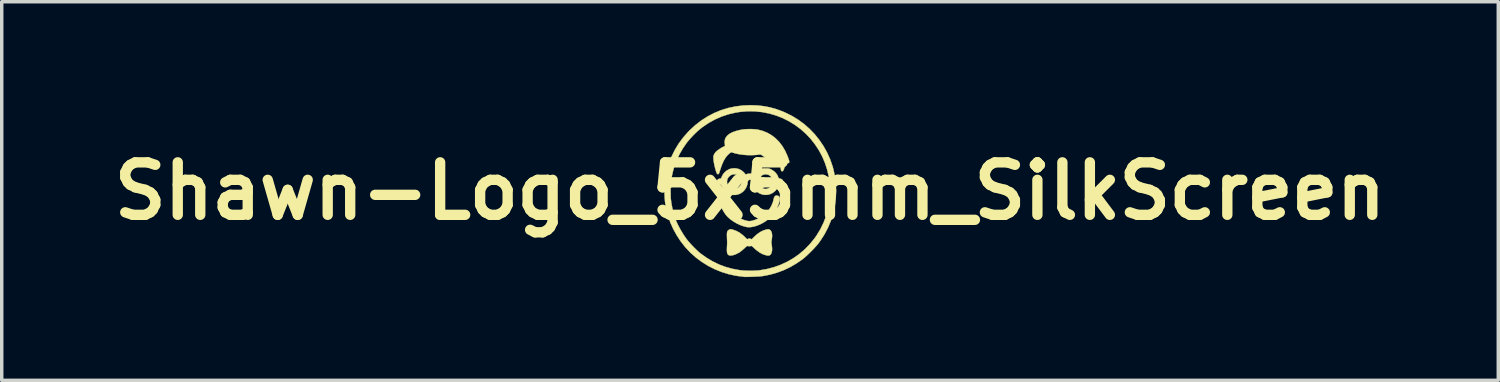
<source format=kicad_pcb>
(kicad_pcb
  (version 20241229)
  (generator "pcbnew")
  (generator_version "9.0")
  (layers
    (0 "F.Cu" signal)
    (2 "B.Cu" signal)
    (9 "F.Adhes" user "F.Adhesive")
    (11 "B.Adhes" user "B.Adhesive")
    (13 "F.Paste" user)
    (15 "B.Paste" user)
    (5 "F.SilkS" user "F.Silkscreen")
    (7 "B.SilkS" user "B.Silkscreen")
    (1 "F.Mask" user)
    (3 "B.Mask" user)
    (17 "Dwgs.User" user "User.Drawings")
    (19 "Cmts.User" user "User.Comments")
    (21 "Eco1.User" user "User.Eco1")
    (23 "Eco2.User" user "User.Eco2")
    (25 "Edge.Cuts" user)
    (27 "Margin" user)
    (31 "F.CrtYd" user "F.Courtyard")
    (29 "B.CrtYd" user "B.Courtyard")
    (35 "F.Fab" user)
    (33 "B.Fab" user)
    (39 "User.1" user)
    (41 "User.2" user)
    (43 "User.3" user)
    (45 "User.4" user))
  (footprint "Shawn-Logo_5x5mm_SilkScreen"
    (layer "F.Cu")
    (at 18.731 2.499)
    (property "Reference" "Shawn-Logo_5x5mm_SilkScreen" (at 0 0 0) (layer "F.SilkS") (effects (font (size 1.524 1.524) (thickness 0.3))))
    (attr through_hole)
    (fp_poly (pts (xy -0.784 0.131) (xy -0.762 0.146) (xy -0.745 0.173) (xy -0.73 0.216) (xy -0.723 0.245) (xy -0.693 0.348) (xy -0.648 0.449) (xy -0.591 0.542) (xy -0.529 0.619) (xy -0.468 0.674) (xy -0.394 0.728) (xy -0.312 0.778) (xy -0.229 0.819) (xy -0.181 0.838) (xy -0.112 0.859) (xy -0.052 0.871) (xy 0.005 0.872) (xy 0.064 0.862) (xy 0.13 0.842) (xy 0.175 0.825) (xy 0.289 0.769) (xy 0.392 0.701) (xy 0.483 0.62) (xy 0.559 0.53) (xy 0.62 0.43) (xy 0.664 0.323) (xy 0.686 0.237) (xy 0.698 0.191) (xy 0.714 0.158) (xy 0.719 0.151) (xy 0.749 0.132) (xy 0.783 0.128) (xy 0.817 0.137) (xy 0.846 0.159) (xy 0.863 0.191) (xy 0.865 0.196) (xy 0.866 0.235) (xy 0.858 0.287) (xy 0.841 0.348) (xy 0.817 0.415) (xy 0.787 0.485) (xy 0.752 0.554) (xy 0.714 0.62) (xy 0.702 0.637) (xy 0.641 0.714) (xy 0.568 0.787) (xy 0.485 0.853) (xy 0.395 0.913) (xy 0.3 0.963) (xy 0.204 1.003) (xy 0.109 1.032) (xy 0.019 1.047) (xy -0.065 1.048) (xy -0.096 1.044) (xy -0.19 1.021) (xy -0.289 0.985) (xy -0.388 0.938) (xy -0.483 0.882) (xy -0.571 0.819) (xy -0.646 0.753) (xy -0.701 0.692) (xy -0.76 0.606) (xy -0.812 0.515) (xy -0.854 0.421) (xy -0.885 0.331) (xy -0.898 0.271) (xy -0.903 0.233) (xy -0.904 0.207) (xy -0.899 0.187) (xy -0.894 0.176) (xy -0.869 0.144) (xy -0.836 0.129) (xy -0.813 0.127) (xy -0.784 0.131)) (stroke (width 0.01) (type solid)) (fill yes) (layer "F.SilkS"))
    (fp_poly (pts (xy 0.548 1.11) (xy 0.563 1.115) (xy 0.599 1.144) (xy 0.624 1.187) (xy 0.639 1.245) (xy 0.642 1.314) (xy 0.633 1.395) (xy 0.632 1.399) (xy 0.625 1.445) (xy 0.621 1.479) (xy 0.622 1.511) (xy 0.627 1.548) (xy 0.632 1.578) (xy 0.641 1.659) (xy 0.64 1.728) (xy 0.626 1.787) (xy 0.618 1.81) (xy 0.596 1.846) (xy 0.567 1.867) (xy 0.529 1.873) (xy 0.478 1.867) (xy 0.382 1.838) (xy 0.287 1.789) (xy 0.193 1.722) (xy 0.128 1.664) (xy 0.091 1.629) (xy 0.064 1.606) (xy 0.047 1.594) (xy 0.034 1.591) (xy 0.028 1.593) (xy 0.003 1.6) (xy -0.03 1.601) (xy -0.059 1.597) (xy -0.068 1.593) (xy -0.078 1.593) (xy -0.095 1.602) (xy -0.122 1.623) (xy -0.158 1.657) (xy -0.168 1.666) (xy -0.209 1.703) (xy -0.254 1.74) (xy -0.295 1.771) (xy -0.321 1.788) (xy -0.388 1.823) (xy -0.452 1.85) (xy -0.512 1.866) (xy -0.563 1.872) (xy -0.604 1.867) (xy -0.616 1.862) (xy -0.64 1.844) (xy -0.657 1.818) (xy -0.667 1.782) (xy -0.671 1.734) (xy -0.671 1.67) (xy -0.67 1.644) (xy -0.667 1.591) (xy -0.665 1.55) (xy -0.664 1.515) (xy -0.664 1.483) (xy -0.665 1.447) (xy -0.667 1.402) (xy -0.669 1.344) (xy -0.669 1.333) (xy -0.671 1.268) (xy -0.669 1.218) (xy -0.662 1.182) (xy -0.649 1.155) (xy -0.629 1.136) (xy -0.604 1.12) (xy -0.584 1.112) (xy -0.568 1.108) (xy -0.549 1.109) (xy -0.521 1.115) (xy -0.493 1.123) (xy -0.397 1.157) (xy -0.307 1.205) (xy -0.22 1.27) (xy -0.153 1.331) (xy -0.086 1.398) (xy -0.053 1.386) (xy -0.024 1.379) (xy 0.004 1.382) (xy 0.016 1.386) (xy 0.051 1.399) (xy 0.111 1.338) (xy 0.202 1.255) (xy 0.293 1.191) (xy 0.386 1.144) (xy 0.466 1.119) (xy 0.504 1.111) (xy 0.53 1.108) (xy 0.548 1.11)) (stroke (width 0.01) (type solid)) (fill yes) (layer "F.SilkS"))
    (fp_poly (pts (xy 0.098 -1.798) (xy 0.173 -1.792) (xy 0.229 -1.784) (xy 0.372 -1.746) (xy 0.505 -1.692) (xy 0.629 -1.62) (xy 0.742 -1.533) (xy 0.844 -1.43) (xy 0.936 -1.311) (xy 1.016 -1.177) (xy 1.084 -1.029) (xy 1.084 -1.028) (xy 1.11 -0.96) (xy 1.128 -0.908) (xy 1.138 -0.869) (xy 1.14 -0.842) (xy 1.133 -0.824) (xy 1.118 -0.815) (xy 1.094 -0.811) (xy 1.08 -0.811) (xy 1.039 -0.811) (xy 1.007 -0.706) (xy 0.988 -0.65) (xy 0.973 -0.611) (xy 0.958 -0.587) (xy 0.944 -0.575) (xy 0.928 -0.575) (xy 0.922 -0.577) (xy 0.91 -0.585) (xy 0.901 -0.603) (xy 0.895 -0.631) (xy 0.89 -0.674) (xy 0.887 -0.733) (xy 0.886 -0.749) (xy 0.884 -0.81) (xy 0.835 -0.821) (xy 0.737 -0.849) (xy 0.637 -0.884) (xy 0.541 -0.924) (xy 0.454 -0.969) (xy 0.38 -1.015) (xy 0.364 -1.027) (xy 0.334 -1.048) (xy 0.312 -1.059) (xy 0.293 -1.062) (xy 0.275 -1.061) (xy 0.164 -1.048) (xy 0.043 -1.043) (xy -0.082 -1.045) (xy -0.206 -1.055) (xy -0.325 -1.072) (xy -0.434 -1.096) (xy -0.508 -1.119) (xy -0.53 -1.126) (xy -0.547 -1.126) (xy -0.564 -1.118) (xy -0.589 -1.1) (xy -0.593 -1.097) (xy -0.656 -1.039) (xy -0.714 -0.965) (xy -0.767 -0.874) (xy -0.815 -0.766) (xy -0.859 -0.64) (xy -0.871 -0.601) (xy -0.884 -0.56) (xy -0.896 -0.526) (xy -0.906 -0.503) (xy -0.911 -0.496) (xy -0.934 -0.489) (xy -0.954 -0.501) (xy -0.961 -0.51) (xy -0.975 -0.541) (xy -0.991 -0.586) (xy -1.007 -0.642) (xy -1.023 -0.705) (xy -1.038 -0.771) (xy -1.05 -0.834) (xy -1.058 -0.893) (xy -1.061 -0.924) (xy -1.064 -0.969) (xy -1.063 -1.001) (xy -1.059 -1.026) (xy -1.05 -1.05) (xy -1.047 -1.058) (xy -1.028 -1.093) (xy -1.001 -1.128) (xy -0.989 -1.142) (xy -0.954 -1.172) (xy -0.908 -1.206) (xy -0.857 -1.241) (xy -0.806 -1.271) (xy -0.766 -1.291) (xy -0.74 -1.303) (xy -0.728 -1.314) (xy -0.727 -1.328) (xy -0.73 -1.346) (xy -0.738 -1.424) (xy -0.729 -1.494) (xy -0.703 -1.557) (xy -0.658 -1.613) (xy -0.596 -1.663) (xy -0.515 -1.706) (xy -0.417 -1.742) (xy -0.3 -1.772) (xy -0.21 -1.789) (xy -0.144 -1.796) (xy -0.066 -1.8) (xy 0.016 -1.801) (xy 0.098 -1.798)) (stroke (width 0.01) (type solid)) (fill yes) (layer "F.SilkS"))
    (fp_poly (pts (xy -0.408 -0.66) (xy -0.327 -0.641) (xy -0.252 -0.604) (xy -0.186 -0.551) (xy -0.166 -0.529) (xy -0.124 -0.481) (xy -0.092 -0.494) (xy -0.056 -0.503) (xy -0.011 -0.507) (xy 0.037 -0.506) (xy 0.078 -0.5) (xy 0.087 -0.497) (xy 0.103 -0.492) (xy 0.116 -0.493) (xy 0.131 -0.502) (xy 0.151 -0.522) (xy 0.171 -0.541) (xy 0.238 -0.599) (xy 0.29 -0.628) (xy 0.323 -0.643) (xy 0.35 -0.652) (xy 0.378 -0.657) (xy 0.413 -0.659) (xy 0.454 -0.659) (xy 0.501 -0.659) (xy 0.534 -0.657) (xy 0.561 -0.651) (xy 0.587 -0.642) (xy 0.616 -0.628) (xy 0.687 -0.584) (xy 0.747 -0.529) (xy 0.793 -0.466) (xy 0.821 -0.402) (xy 0.83 -0.377) (xy 0.841 -0.365) (xy 0.86 -0.361) (xy 0.869 -0.361) (xy 0.909 -0.352) (xy 0.939 -0.329) (xy 0.955 -0.292) (xy 0.957 -0.269) (xy 0.949 -0.238) (xy 0.926 -0.211) (xy 0.895 -0.192) (xy 0.865 -0.186) (xy 0.839 -0.182) (xy 0.83 -0.173) (xy 0.824 -0.148) (xy 0.809 -0.115) (xy 0.786 -0.076) (xy 0.76 -0.039) (xy 0.733 -0.006) (xy 0.722 0.004) (xy 0.655 0.056) (xy 0.582 0.09) (xy 0.506 0.108) (xy 0.43 0.111) (xy 0.355 0.098) (xy 0.284 0.072) (xy 0.22 0.033) (xy 0.164 -0.018) (xy 0.118 -0.081) (xy 0.086 -0.154) (xy 0.068 -0.234) (xy 0.062 -0.275) (xy 0.244 -0.275) (xy 0.252 -0.212) (xy 0.276 -0.16) (xy 0.294 -0.136) (xy 0.325 -0.107) (xy 0.357 -0.086) (xy 0.397 -0.071) (xy 0.449 -0.06) (xy 0.461 -0.061) (xy 0.485 -0.066) (xy 0.496 -0.069) (xy 0.554 -0.091) (xy 0.6 -0.126) (xy 0.635 -0.17) (xy 0.656 -0.222) (xy 0.664 -0.277) (xy 0.658 -0.332) (xy 0.636 -0.384) (xy 0.599 -0.43) (xy 0.59 -0.438) (xy 0.537 -0.471) (xy 0.481 -0.486) (xy 0.425 -0.485) (xy 0.372 -0.47) (xy 0.324 -0.442) (xy 0.285 -0.402) (xy 0.258 -0.352) (xy 0.245 -0.292) (xy 0.244 -0.275) (xy 0.062 -0.275) (xy 0.062 -0.28) (xy 0.052 -0.309) (xy 0.038 -0.325) (xy 0.016 -0.332) (xy 0.004 -0.332) (xy -0.031 -0.323) (xy -0.056 -0.3) (xy -0.068 -0.266) (xy -0.069 -0.259) (xy -0.077 -0.194) (xy -0.101 -0.125) (xy -0.137 -0.059) (xy -0.183 -0.002) (xy -0.185 0.000465) (xy -0.253 0.055) (xy -0.328 0.092) (xy -0.411 0.111) (xy -0.497 0.112) (xy -0.53 0.107) (xy -0.608 0.084) (xy -0.679 0.044) (xy -0.741 -0.011) (xy -0.793 -0.079) (xy -0.83 -0.157) (xy -0.834 -0.169) (xy -0.848 -0.182) (xy -0.865 -0.186) (xy -0.904 -0.194) (xy -0.936 -0.215) (xy -0.958 -0.246) (xy -0.962 -0.273) (xy -0.669 -0.273) (xy -0.662 -0.216) (xy -0.639 -0.165) (xy -0.605 -0.122) (xy -0.56 -0.09) (xy -0.509 -0.07) (xy -0.453 -0.064) (xy -0.394 -0.075) (xy -0.361 -0.088) (xy -0.322 -0.115) (xy -0.287 -0.154) (xy -0.269 -0.181) (xy -0.256 -0.213) (xy -0.25 -0.256) (xy -0.251 -0.303) (xy -0.258 -0.345) (xy -0.266 -0.367) (xy -0.303 -0.416) (xy -0.352 -0.455) (xy -0.409 -0.48) (xy -0.467 -0.488) (xy -0.519 -0.479) (xy -0.57 -0.454) (xy -0.613 -0.416) (xy -0.647 -0.369) (xy -0.66 -0.335) (xy -0.669 -0.273) (xy -0.962 -0.273) (xy -0.964 -0.282) (xy -0.962 -0.297) (xy -0.945 -0.328) (xy -0.915 -0.351) (xy -0.878 -0.361) (xy -0.873 -0.361) (xy -0.854 -0.363) (xy -0.842 -0.371) (xy -0.832 -0.389) (xy -0.823 -0.411) (xy -0.789 -0.48) (xy -0.739 -0.543) (xy -0.678 -0.595) (xy -0.608 -0.634) (xy -0.578 -0.645) (xy -0.492 -0.662) (xy -0.408 -0.66)) (stroke (width 0.01) (type solid)) (fill yes) (layer "F.SilkS"))
    (fp_poly (pts (xy 0.21 -2.487) (xy 0.399 -2.466) (xy 0.582 -2.431) (xy 0.764 -2.38) (xy 0.947 -2.312) (xy 1.022 -2.28) (xy 1.216 -2.184) (xy 1.4 -2.071) (xy 1.573 -1.944) (xy 1.734 -1.802) (xy 1.882 -1.647) (xy 2.016 -1.48) (xy 2.136 -1.302) (xy 2.241 -1.114) (xy 2.329 -0.917) (xy 2.399 -0.712) (xy 2.414 -0.661) (xy 2.46 -0.46) (xy 2.489 -0.257) (xy 2.5 -0.047) (xy 2.501 0.000291) (xy 2.491 0.221) (xy 2.463 0.439) (xy 2.416 0.651) (xy 2.35 0.858) (xy 2.265 1.06) (xy 2.163 1.255) (xy 2.042 1.443) (xy 1.99 1.514) (xy 1.95 1.564) (xy 1.898 1.622) (xy 1.838 1.687) (xy 1.774 1.753) (xy 1.707 1.818) (xy 1.643 1.879) (xy 1.583 1.932) (xy 1.532 1.974) (xy 1.524 1.98) (xy 1.344 2.104) (xy 1.162 2.21) (xy 0.976 2.298) (xy 0.782 2.37) (xy 0.579 2.427) (xy 0.374 2.467) (xy 0.343 2.471) (xy 0.3 2.475) (xy 0.246 2.479) (xy 0.185 2.482) (xy 0.121 2.485) (xy 0.055 2.488) (xy -0.008 2.49) (xy -0.066 2.491) (xy -0.116 2.492) (xy -0.154 2.492) (xy -0.179 2.49) (xy -0.186 2.488) (xy -0.197 2.485) (xy -0.223 2.482) (xy -0.255 2.478) (xy -0.294 2.474) (xy -0.343 2.468) (xy -0.395 2.46) (xy -0.416 2.457) (xy -0.623 2.412) (xy -0.826 2.349) (xy -1.024 2.269) (xy -1.215 2.172) (xy -1.396 2.06) (xy -1.567 1.933) (xy -1.726 1.793) (xy -1.871 1.64) (xy -1.894 1.612) (xy -2.02 1.45) (xy -2.132 1.277) (xy -2.231 1.098) (xy -2.313 0.916) (xy -2.378 0.733) (xy -2.378 0.733) (xy -2.395 0.671) (xy -2.413 0.604) (xy -2.429 0.535) (xy -2.443 0.47) (xy -2.453 0.416) (xy -2.457 0.391) (xy -2.462 0.357) (xy -2.466 0.329) (xy -2.468 0.318) (xy -2.47 0.301) (xy -2.472 0.269) (xy -2.475 0.226) (xy -2.479 0.175) (xy -2.48 0.147) (xy -2.483 0.064) (xy -2.483 0.013) (xy -2.306 0.013) (xy -2.306 0.072) (xy -2.305 0.126) (xy -2.304 0.171) (xy -2.302 0.203) (xy -2.301 0.215) (xy -2.297 0.246) (xy -2.292 0.284) (xy -2.291 0.298) (xy -2.277 0.388) (xy -2.258 0.486) (xy -2.234 0.586) (xy -2.208 0.68) (xy -2.19 0.738) (xy -2.176 0.778) (xy -2.162 0.818) (xy -2.154 0.84) (xy -2.125 0.912) (xy -2.086 0.996) (xy -2.038 1.086) (xy -1.984 1.179) (xy -1.927 1.272) (xy -1.867 1.36) (xy -1.833 1.406) (xy -1.794 1.455) (xy -1.744 1.512) (xy -1.687 1.574) (xy -1.626 1.637) (xy -1.566 1.697) (xy -1.509 1.751) (xy -1.459 1.794) (xy -1.441 1.809) (xy -1.266 1.934) (xy -1.087 2.041) (xy -0.904 2.13) (xy -0.715 2.201) (xy -0.517 2.256) (xy -0.31 2.295) (xy -0.269 2.3) (xy -0.198 2.307) (xy -0.113 2.311) (xy -0.021 2.313) (xy 0.073 2.313) (xy 0.162 2.31) (xy 0.241 2.305) (xy 0.274 2.301) (xy 0.487 2.265) (xy 0.694 2.211) (xy 0.892 2.14) (xy 1.081 2.052) (xy 1.261 1.948) (xy 1.431 1.828) (xy 1.589 1.693) (xy 1.735 1.543) (xy 1.869 1.38) (xy 1.939 1.28) (xy 2.049 1.097) (xy 2.14 0.907) (xy 2.214 0.711) (xy 2.269 0.509) (xy 2.305 0.302) (xy 2.323 0.092) (xy 2.321 -0.122) (xy 2.315 -0.214) (xy 2.287 -0.421) (xy 2.241 -0.622) (xy 2.177 -0.817) (xy 2.097 -1.005) (xy 2.001 -1.184) (xy 1.889 -1.354) (xy 1.764 -1.514) (xy 1.624 -1.662) (xy 1.472 -1.798) (xy 1.308 -1.92) (xy 1.132 -2.028) (xy 0.946 -2.121) (xy 0.759 -2.194) (xy 0.556 -2.254) (xy 0.35 -2.294) (xy 0.14 -2.316) (xy -0.07 -2.318) (xy -0.281 -2.301) (xy -0.415 -2.28) (xy -0.622 -2.232) (xy -0.822 -2.166) (xy -1.016 -2.081) (xy -1.201 -1.979) (xy -1.378 -1.86) (xy -1.47 -1.787) (xy -1.525 -1.739) (xy -1.587 -1.68) (xy -1.653 -1.614) (xy -1.717 -1.545) (xy -1.777 -1.478) (xy -1.827 -1.417) (xy -1.84 -1.4) (xy -1.95 -1.241) (xy -2.046 -1.074) (xy -2.128 -0.902) (xy -2.194 -0.729) (xy -2.213 -0.667) (xy -2.231 -0.6) (xy -2.249 -0.527) (xy -2.265 -0.453) (xy -2.279 -0.383) (xy -2.288 -0.324) (xy -2.291 -0.303) (xy -2.295 -0.264) (xy -2.299 -0.23) (xy -2.302 -0.21) (xy -2.303 -0.188) (xy -2.305 -0.151) (xy -2.305 -0.102) (xy -2.306 -0.046) (xy -2.306 0.013) (xy -2.483 0.013) (xy -2.483 -0.026) (xy -2.482 -0.118) (xy -2.478 -0.206) (xy -2.472 -0.287) (xy -2.464 -0.354) (xy -2.462 -0.366) (xy -2.417 -0.589) (xy -2.356 -0.801) (xy -2.278 -1.003) (xy -2.184 -1.194) (xy -2.073 -1.377) (xy -1.945 -1.551) (xy -1.799 -1.717) (xy -1.754 -1.764) (xy -1.589 -1.915) (xy -1.416 -2.049) (xy -1.233 -2.166) (xy -1.042 -2.266) (xy -0.844 -2.348) (xy -0.638 -2.412) (xy -0.425 -2.457) (xy -0.206 -2.485) (xy 0.01 -2.494) (xy 0.21 -2.487)) (stroke (width 0.01) (type solid)) (fill yes) (layer "F.SilkS")))
  (gr_rect
    (start -3 -3)
    (end 40.461 7.995)
    (stroke (width 0.1) (type default))
    (fill no)
    (layer "Edge.Cuts")))
</source>
